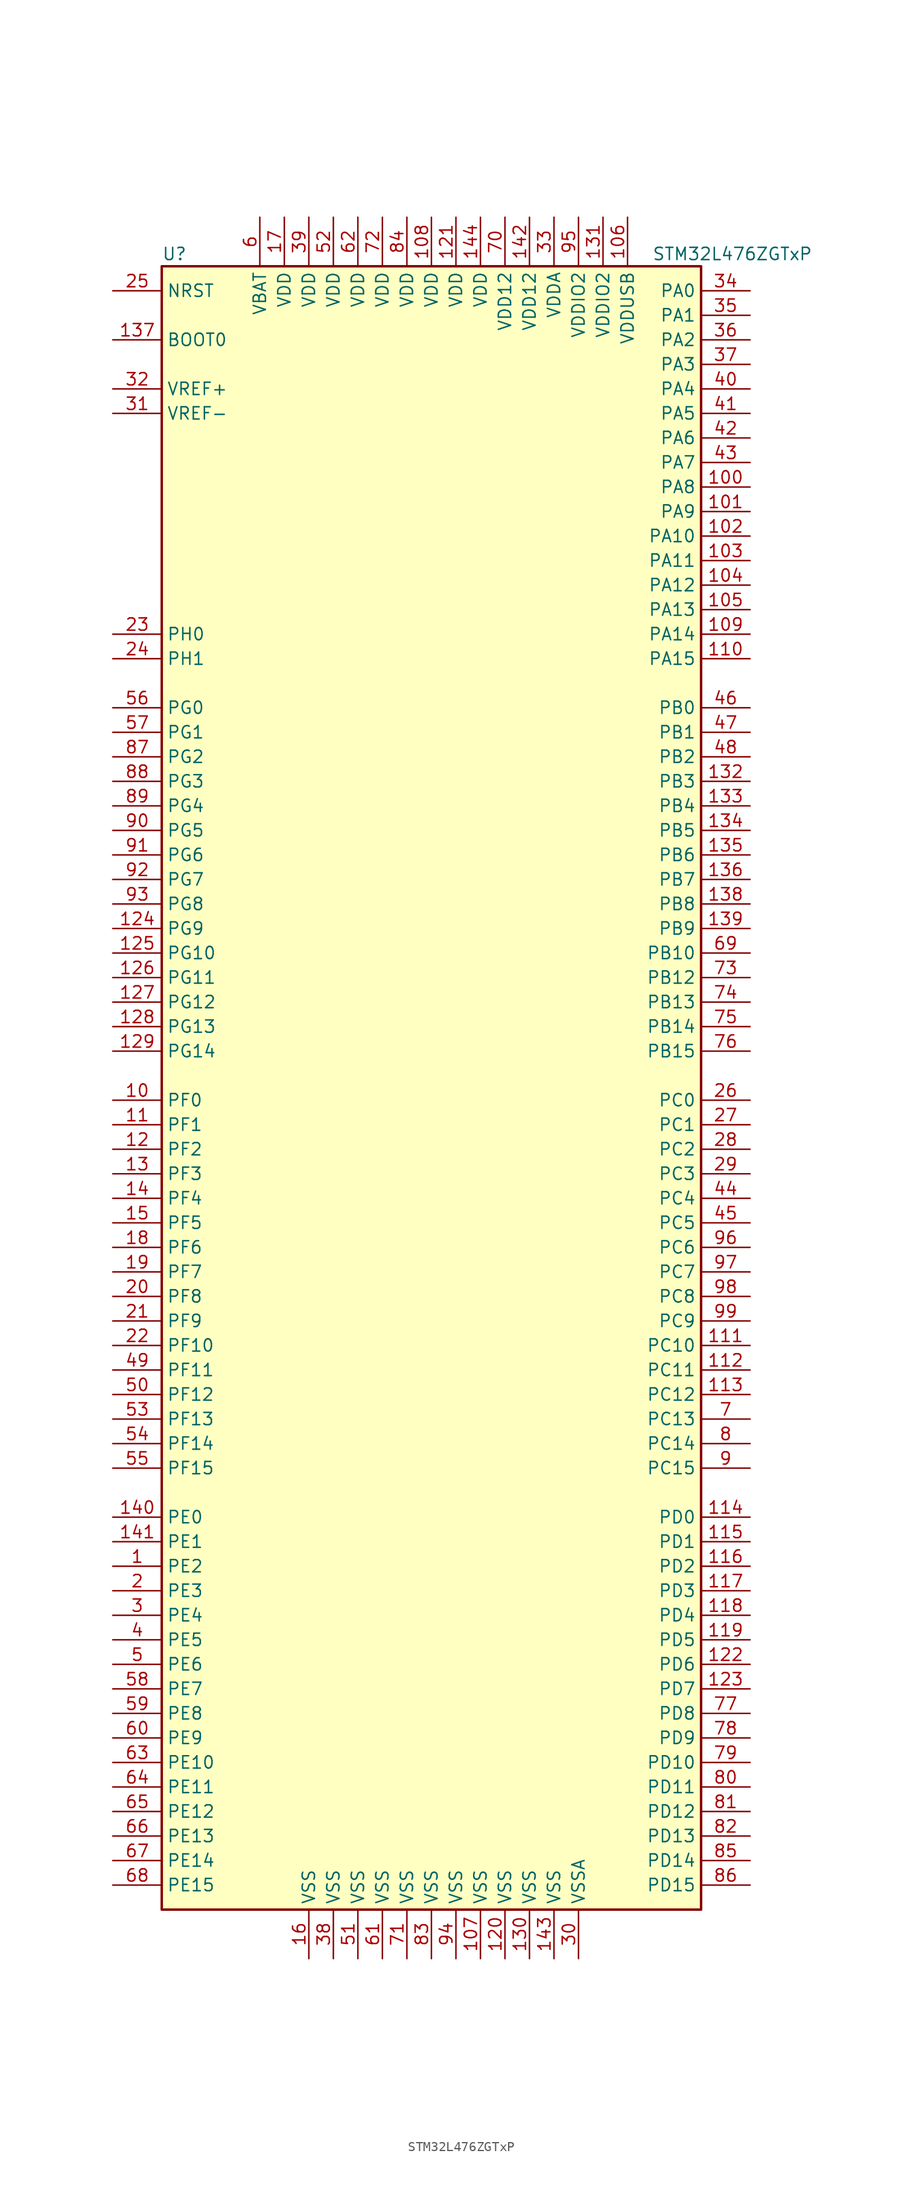
<source format=kicad_sym>
(kicad_symbol_lib
  (version 20201005)
  (generator kicad_symbol_editor)
  (symbol "MCU_ST_STM32L4:STM32L476ZGTxP"
    (property "Reference" "U"
      (at -27.94 85.09 0)
      (effects (font (size 1.27 1.27)) (justify left)))
    (property "Value" "STM32L476ZGTxP"
      (at 22.86 85.09 0)
      (effects (font (size 1.27 1.27)) (justify left)))
    (symbol "STM32L476ZGTxP_0_1"
      (rectangle (start -27.94 -86.36) (end 27.94 83.82) (stroke (width 0.254)) (fill (type background))))
    (symbol "STM32L476ZGTxP_1_1"
      (pin bidirectional line (at -33.02 -50.8 0) (length 5.08) (name "PE2" (effects (font (size 1.27 1.27)))) (number "1" (effects (font (size 1.27 1.27)))))
      (pin bidirectional line (at -33.02 -2.54 0) (length 5.08) (name "PF0" (effects (font (size 1.27 1.27)))) (number "10" (effects (font (size 1.27 1.27)))))
      (pin bidirectional line (at 33.02 60.96 180) (length 5.08) (name "PA8" (effects (font (size 1.27 1.27)))) (number "100" (effects (font (size 1.27 1.27)))))
      (pin bidirectional line (at 33.02 58.42 180) (length 5.08) (name "PA9" (effects (font (size 1.27 1.27)))) (number "101" (effects (font (size 1.27 1.27)))))
      (pin bidirectional line (at 33.02 55.88 180) (length 5.08) (name "PA10" (effects (font (size 1.27 1.27)))) (number "102" (effects (font (size 1.27 1.27)))))
      (pin bidirectional line (at 33.02 53.34 180) (length 5.08) (name "PA11" (effects (font (size 1.27 1.27)))) (number "103" (effects (font (size 1.27 1.27)))))
      (pin bidirectional line (at 33.02 50.8 180) (length 5.08) (name "PA12" (effects (font (size 1.27 1.27)))) (number "104" (effects (font (size 1.27 1.27)))))
      (pin bidirectional line (at 33.02 48.26 180) (length 5.08) (name "PA13" (effects (font (size 1.27 1.27)))) (number "105" (effects (font (size 1.27 1.27)))))
      (pin power_in line (at 20.32 88.9 270) (length 5.08) (name "VDDUSB" (effects (font (size 1.27 1.27)))) (number "106" (effects (font (size 1.27 1.27)))))
      (pin power_in line (at 5.08 -91.44 90) (length 5.08) (name "VSS" (effects (font (size 1.27 1.27)))) (number "107" (effects (font (size 1.27 1.27)))))
      (pin power_in line (at 0 88.9 270) (length 5.08) (name "VDD" (effects (font (size 1.27 1.27)))) (number "108" (effects (font (size 1.27 1.27)))))
      (pin bidirectional line (at 33.02 45.72 180) (length 5.08) (name "PA14" (effects (font (size 1.27 1.27)))) (number "109" (effects (font (size 1.27 1.27)))))
      (pin bidirectional line (at -33.02 -5.08 0) (length 5.08) (name "PF1" (effects (font (size 1.27 1.27)))) (number "11" (effects (font (size 1.27 1.27)))))
      (pin bidirectional line (at 33.02 43.18 180) (length 5.08) (name "PA15" (effects (font (size 1.27 1.27)))) (number "110" (effects (font (size 1.27 1.27)))))
      (pin bidirectional line (at 33.02 -27.94 180) (length 5.08) (name "PC10" (effects (font (size 1.27 1.27)))) (number "111" (effects (font (size 1.27 1.27)))))
      (pin bidirectional line (at 33.02 -30.48 180) (length 5.08) (name "PC11" (effects (font (size 1.27 1.27)))) (number "112" (effects (font (size 1.27 1.27)))))
      (pin bidirectional line (at 33.02 -33.02 180) (length 5.08) (name "PC12" (effects (font (size 1.27 1.27)))) (number "113" (effects (font (size 1.27 1.27)))))
      (pin bidirectional line (at 33.02 -45.72 180) (length 5.08) (name "PD0" (effects (font (size 1.27 1.27)))) (number "114" (effects (font (size 1.27 1.27)))))
      (pin bidirectional line (at 33.02 -48.26 180) (length 5.08) (name "PD1" (effects (font (size 1.27 1.27)))) (number "115" (effects (font (size 1.27 1.27)))))
      (pin bidirectional line (at 33.02 -50.8 180) (length 5.08) (name "PD2" (effects (font (size 1.27 1.27)))) (number "116" (effects (font (size 1.27 1.27)))))
      (pin bidirectional line (at 33.02 -53.34 180) (length 5.08) (name "PD3" (effects (font (size 1.27 1.27)))) (number "117" (effects (font (size 1.27 1.27)))))
      (pin bidirectional line (at 33.02 -55.88 180) (length 5.08) (name "PD4" (effects (font (size 1.27 1.27)))) (number "118" (effects (font (size 1.27 1.27)))))
      (pin bidirectional line (at 33.02 -58.42 180) (length 5.08) (name "PD5" (effects (font (size 1.27 1.27)))) (number "119" (effects (font (size 1.27 1.27)))))
      (pin bidirectional line (at -33.02 -7.62 0) (length 5.08) (name "PF2" (effects (font (size 1.27 1.27)))) (number "12" (effects (font (size 1.27 1.27)))))
      (pin power_in line (at 7.62 -91.44 90) (length 5.08) (name "VSS" (effects (font (size 1.27 1.27)))) (number "120" (effects (font (size 1.27 1.27)))))
      (pin power_in line (at 2.54 88.9 270) (length 5.08) (name "VDD" (effects (font (size 1.27 1.27)))) (number "121" (effects (font (size 1.27 1.27)))))
      (pin bidirectional line (at 33.02 -60.96 180) (length 5.08) (name "PD6" (effects (font (size 1.27 1.27)))) (number "122" (effects (font (size 1.27 1.27)))))
      (pin bidirectional line (at 33.02 -63.5 180) (length 5.08) (name "PD7" (effects (font (size 1.27 1.27)))) (number "123" (effects (font (size 1.27 1.27)))))
      (pin bidirectional line (at -33.02 15.24 0) (length 5.08) (name "PG9" (effects (font (size 1.27 1.27)))) (number "124" (effects (font (size 1.27 1.27)))))
      (pin bidirectional line (at -33.02 12.7 0) (length 5.08) (name "PG10" (effects (font (size 1.27 1.27)))) (number "125" (effects (font (size 1.27 1.27)))))
      (pin bidirectional line (at -33.02 10.16 0) (length 5.08) (name "PG11" (effects (font (size 1.27 1.27)))) (number "126" (effects (font (size 1.27 1.27)))))
      (pin bidirectional line (at -33.02 7.62 0) (length 5.08) (name "PG12" (effects (font (size 1.27 1.27)))) (number "127" (effects (font (size 1.27 1.27)))))
      (pin bidirectional line (at -33.02 5.08 0) (length 5.08) (name "PG13" (effects (font (size 1.27 1.27)))) (number "128" (effects (font (size 1.27 1.27)))))
      (pin bidirectional line (at -33.02 2.54 0) (length 5.08) (name "PG14" (effects (font (size 1.27 1.27)))) (number "129" (effects (font (size 1.27 1.27)))))
      (pin bidirectional line (at -33.02 -10.16 0) (length 5.08) (name "PF3" (effects (font (size 1.27 1.27)))) (number "13" (effects (font (size 1.27 1.27)))))
      (pin power_in line (at 10.16 -91.44 90) (length 5.08) (name "VSS" (effects (font (size 1.27 1.27)))) (number "130" (effects (font (size 1.27 1.27)))))
      (pin power_in line (at 17.78 88.9 270) (length 5.08) (name "VDDIO2" (effects (font (size 1.27 1.27)))) (number "131" (effects (font (size 1.27 1.27)))))
      (pin bidirectional line (at 33.02 30.48 180) (length 5.08) (name "PB3" (effects (font (size 1.27 1.27)))) (number "132" (effects (font (size 1.27 1.27)))))
      (pin bidirectional line (at 33.02 27.94 180) (length 5.08) (name "PB4" (effects (font (size 1.27 1.27)))) (number "133" (effects (font (size 1.27 1.27)))))
      (pin bidirectional line (at 33.02 25.4 180) (length 5.08) (name "PB5" (effects (font (size 1.27 1.27)))) (number "134" (effects (font (size 1.27 1.27)))))
      (pin bidirectional line (at 33.02 22.86 180) (length 5.08) (name "PB6" (effects (font (size 1.27 1.27)))) (number "135" (effects (font (size 1.27 1.27)))))
      (pin bidirectional line (at 33.02 20.32 180) (length 5.08) (name "PB7" (effects (font (size 1.27 1.27)))) (number "136" (effects (font (size 1.27 1.27)))))
      (pin input line (at -33.02 76.2 0) (length 5.08) (name "BOOT0" (effects (font (size 1.27 1.27)))) (number "137" (effects (font (size 1.27 1.27)))))
      (pin bidirectional line (at 33.02 17.78 180) (length 5.08) (name "PB8" (effects (font (size 1.27 1.27)))) (number "138" (effects (font (size 1.27 1.27)))))
      (pin bidirectional line (at 33.02 15.24 180) (length 5.08) (name "PB9" (effects (font (size 1.27 1.27)))) (number "139" (effects (font (size 1.27 1.27)))))
      (pin bidirectional line (at -33.02 -12.7 0) (length 5.08) (name "PF4" (effects (font (size 1.27 1.27)))) (number "14" (effects (font (size 1.27 1.27)))))
      (pin bidirectional line (at -33.02 -45.72 0) (length 5.08) (name "PE0" (effects (font (size 1.27 1.27)))) (number "140" (effects (font (size 1.27 1.27)))))
      (pin bidirectional line (at -33.02 -48.26 0) (length 5.08) (name "PE1" (effects (font (size 1.27 1.27)))) (number "141" (effects (font (size 1.27 1.27)))))
      (pin power_in line (at 10.16 88.9 270) (length 5.08) (name "VDD12" (effects (font (size 1.27 1.27)))) (number "142" (effects (font (size 1.27 1.27)))))
      (pin power_in line (at 12.7 -91.44 90) (length 5.08) (name "VSS" (effects (font (size 1.27 1.27)))) (number "143" (effects (font (size 1.27 1.27)))))
      (pin power_in line (at 5.08 88.9 270) (length 5.08) (name "VDD" (effects (font (size 1.27 1.27)))) (number "144" (effects (font (size 1.27 1.27)))))
      (pin bidirectional line (at -33.02 -15.24 0) (length 5.08) (name "PF5" (effects (font (size 1.27 1.27)))) (number "15" (effects (font (size 1.27 1.27)))))
      (pin power_in line (at -12.7 -91.44 90) (length 5.08) (name "VSS" (effects (font (size 1.27 1.27)))) (number "16" (effects (font (size 1.27 1.27)))))
      (pin power_in line (at -15.24 88.9 270) (length 5.08) (name "VDD" (effects (font (size 1.27 1.27)))) (number "17" (effects (font (size 1.27 1.27)))))
      (pin bidirectional line (at -33.02 -17.78 0) (length 5.08) (name "PF6" (effects (font (size 1.27 1.27)))) (number "18" (effects (font (size 1.27 1.27)))))
      (pin bidirectional line (at -33.02 -20.32 0) (length 5.08) (name "PF7" (effects (font (size 1.27 1.27)))) (number "19" (effects (font (size 1.27 1.27)))))
      (pin bidirectional line (at -33.02 -53.34 0) (length 5.08) (name "PE3" (effects (font (size 1.27 1.27)))) (number "2" (effects (font (size 1.27 1.27)))))
      (pin bidirectional line (at -33.02 -22.86 0) (length 5.08) (name "PF8" (effects (font (size 1.27 1.27)))) (number "20" (effects (font (size 1.27 1.27)))))
      (pin bidirectional line (at -33.02 -25.4 0) (length 5.08) (name "PF9" (effects (font (size 1.27 1.27)))) (number "21" (effects (font (size 1.27 1.27)))))
      (pin bidirectional line (at -33.02 -27.94 0) (length 5.08) (name "PF10" (effects (font (size 1.27 1.27)))) (number "22" (effects (font (size 1.27 1.27)))))
      (pin input line (at -33.02 45.72 0) (length 5.08) (name "PH0" (effects (font (size 1.27 1.27)))) (number "23" (effects (font (size 1.27 1.27)))))
      (pin input line (at -33.02 43.18 0) (length 5.08) (name "PH1" (effects (font (size 1.27 1.27)))) (number "24" (effects (font (size 1.27 1.27)))))
      (pin input line (at -33.02 81.28 0) (length 5.08) (name "NRST" (effects (font (size 1.27 1.27)))) (number "25" (effects (font (size 1.27 1.27)))))
      (pin bidirectional line (at 33.02 -2.54 180) (length 5.08) (name "PC0" (effects (font (size 1.27 1.27)))) (number "26" (effects (font (size 1.27 1.27)))))
      (pin bidirectional line (at 33.02 -5.08 180) (length 5.08) (name "PC1" (effects (font (size 1.27 1.27)))) (number "27" (effects (font (size 1.27 1.27)))))
      (pin bidirectional line (at 33.02 -7.62 180) (length 5.08) (name "PC2" (effects (font (size 1.27 1.27)))) (number "28" (effects (font (size 1.27 1.27)))))
      (pin bidirectional line (at 33.02 -10.16 180) (length 5.08) (name "PC3" (effects (font (size 1.27 1.27)))) (number "29" (effects (font (size 1.27 1.27)))))
      (pin bidirectional line (at -33.02 -55.88 0) (length 5.08) (name "PE4" (effects (font (size 1.27 1.27)))) (number "3" (effects (font (size 1.27 1.27)))))
      (pin power_in line (at 15.24 -91.44 90) (length 5.08) (name "VSSA" (effects (font (size 1.27 1.27)))) (number "30" (effects (font (size 1.27 1.27)))))
      (pin power_in line (at -33.02 68.58 0) (length 5.08) (name "VREF-" (effects (font (size 1.27 1.27)))) (number "31" (effects (font (size 1.27 1.27)))))
      (pin bidirectional line (at -33.02 71.12 0) (length 5.08) (name "VREF+" (effects (font (size 1.27 1.27)))) (number "32" (effects (font (size 1.27 1.27)))))
      (pin power_in line (at 12.7 88.9 270) (length 5.08) (name "VDDA" (effects (font (size 1.27 1.27)))) (number "33" (effects (font (size 1.27 1.27)))))
      (pin bidirectional line (at 33.02 81.28 180) (length 5.08) (name "PA0" (effects (font (size 1.27 1.27)))) (number "34" (effects (font (size 1.27 1.27)))))
      (pin bidirectional line (at 33.02 78.74 180) (length 5.08) (name "PA1" (effects (font (size 1.27 1.27)))) (number "35" (effects (font (size 1.27 1.27)))))
      (pin bidirectional line (at 33.02 76.2 180) (length 5.08) (name "PA2" (effects (font (size 1.27 1.27)))) (number "36" (effects (font (size 1.27 1.27)))))
      (pin bidirectional line (at 33.02 73.66 180) (length 5.08) (name "PA3" (effects (font (size 1.27 1.27)))) (number "37" (effects (font (size 1.27 1.27)))))
      (pin power_in line (at -10.16 -91.44 90) (length 5.08) (name "VSS" (effects (font (size 1.27 1.27)))) (number "38" (effects (font (size 1.27 1.27)))))
      (pin power_in line (at -12.7 88.9 270) (length 5.08) (name "VDD" (effects (font (size 1.27 1.27)))) (number "39" (effects (font (size 1.27 1.27)))))
      (pin bidirectional line (at -33.02 -58.42 0) (length 5.08) (name "PE5" (effects (font (size 1.27 1.27)))) (number "4" (effects (font (size 1.27 1.27)))))
      (pin bidirectional line (at 33.02 71.12 180) (length 5.08) (name "PA4" (effects (font (size 1.27 1.27)))) (number "40" (effects (font (size 1.27 1.27)))))
      (pin bidirectional line (at 33.02 68.58 180) (length 5.08) (name "PA5" (effects (font (size 1.27 1.27)))) (number "41" (effects (font (size 1.27 1.27)))))
      (pin bidirectional line (at 33.02 66.04 180) (length 5.08) (name "PA6" (effects (font (size 1.27 1.27)))) (number "42" (effects (font (size 1.27 1.27)))))
      (pin bidirectional line (at 33.02 63.5 180) (length 5.08) (name "PA7" (effects (font (size 1.27 1.27)))) (number "43" (effects (font (size 1.27 1.27)))))
      (pin bidirectional line (at 33.02 -12.7 180) (length 5.08) (name "PC4" (effects (font (size 1.27 1.27)))) (number "44" (effects (font (size 1.27 1.27)))))
      (pin bidirectional line (at 33.02 -15.24 180) (length 5.08) (name "PC5" (effects (font (size 1.27 1.27)))) (number "45" (effects (font (size 1.27 1.27)))))
      (pin bidirectional line (at 33.02 38.1 180) (length 5.08) (name "PB0" (effects (font (size 1.27 1.27)))) (number "46" (effects (font (size 1.27 1.27)))))
      (pin bidirectional line (at 33.02 35.56 180) (length 5.08) (name "PB1" (effects (font (size 1.27 1.27)))) (number "47" (effects (font (size 1.27 1.27)))))
      (pin bidirectional line (at 33.02 33.02 180) (length 5.08) (name "PB2" (effects (font (size 1.27 1.27)))) (number "48" (effects (font (size 1.27 1.27)))))
      (pin bidirectional line (at -33.02 -30.48 0) (length 5.08) (name "PF11" (effects (font (size 1.27 1.27)))) (number "49" (effects (font (size 1.27 1.27)))))
      (pin bidirectional line (at -33.02 -60.96 0) (length 5.08) (name "PE6" (effects (font (size 1.27 1.27)))) (number "5" (effects (font (size 1.27 1.27)))))
      (pin bidirectional line (at -33.02 -33.02 0) (length 5.08) (name "PF12" (effects (font (size 1.27 1.27)))) (number "50" (effects (font (size 1.27 1.27)))))
      (pin power_in line (at -7.62 -91.44 90) (length 5.08) (name "VSS" (effects (font (size 1.27 1.27)))) (number "51" (effects (font (size 1.27 1.27)))))
      (pin power_in line (at -10.16 88.9 270) (length 5.08) (name "VDD" (effects (font (size 1.27 1.27)))) (number "52" (effects (font (size 1.27 1.27)))))
      (pin bidirectional line (at -33.02 -35.56 0) (length 5.08) (name "PF13" (effects (font (size 1.27 1.27)))) (number "53" (effects (font (size 1.27 1.27)))))
      (pin bidirectional line (at -33.02 -38.1 0) (length 5.08) (name "PF14" (effects (font (size 1.27 1.27)))) (number "54" (effects (font (size 1.27 1.27)))))
      (pin bidirectional line (at -33.02 -40.64 0) (length 5.08) (name "PF15" (effects (font (size 1.27 1.27)))) (number "55" (effects (font (size 1.27 1.27)))))
      (pin bidirectional line (at -33.02 38.1 0) (length 5.08) (name "PG0" (effects (font (size 1.27 1.27)))) (number "56" (effects (font (size 1.27 1.27)))))
      (pin bidirectional line (at -33.02 35.56 0) (length 5.08) (name "PG1" (effects (font (size 1.27 1.27)))) (number "57" (effects (font (size 1.27 1.27)))))
      (pin bidirectional line (at -33.02 -63.5 0) (length 5.08) (name "PE7" (effects (font (size 1.27 1.27)))) (number "58" (effects (font (size 1.27 1.27)))))
      (pin bidirectional line (at -33.02 -66.04 0) (length 5.08) (name "PE8" (effects (font (size 1.27 1.27)))) (number "59" (effects (font (size 1.27 1.27)))))
      (pin power_in line (at -17.78 88.9 270) (length 5.08) (name "VBAT" (effects (font (size 1.27 1.27)))) (number "6" (effects (font (size 1.27 1.27)))))
      (pin bidirectional line (at -33.02 -68.58 0) (length 5.08) (name "PE9" (effects (font (size 1.27 1.27)))) (number "60" (effects (font (size 1.27 1.27)))))
      (pin power_in line (at -5.08 -91.44 90) (length 5.08) (name "VSS" (effects (font (size 1.27 1.27)))) (number "61" (effects (font (size 1.27 1.27)))))
      (pin power_in line (at -7.62 88.9 270) (length 5.08) (name "VDD" (effects (font (size 1.27 1.27)))) (number "62" (effects (font (size 1.27 1.27)))))
      (pin bidirectional line (at -33.02 -71.12 0) (length 5.08) (name "PE10" (effects (font (size 1.27 1.27)))) (number "63" (effects (font (size 1.27 1.27)))))
      (pin bidirectional line (at -33.02 -73.66 0) (length 5.08) (name "PE11" (effects (font (size 1.27 1.27)))) (number "64" (effects (font (size 1.27 1.27)))))
      (pin bidirectional line (at -33.02 -76.2 0) (length 5.08) (name "PE12" (effects (font (size 1.27 1.27)))) (number "65" (effects (font (size 1.27 1.27)))))
      (pin bidirectional line (at -33.02 -78.74 0) (length 5.08) (name "PE13" (effects (font (size 1.27 1.27)))) (number "66" (effects (font (size 1.27 1.27)))))
      (pin bidirectional line (at -33.02 -81.28 0) (length 5.08) (name "PE14" (effects (font (size 1.27 1.27)))) (number "67" (effects (font (size 1.27 1.27)))))
      (pin bidirectional line (at -33.02 -83.82 0) (length 5.08) (name "PE15" (effects (font (size 1.27 1.27)))) (number "68" (effects (font (size 1.27 1.27)))))
      (pin bidirectional line (at 33.02 12.7 180) (length 5.08) (name "PB10" (effects (font (size 1.27 1.27)))) (number "69" (effects (font (size 1.27 1.27)))))
      (pin bidirectional line (at 33.02 -35.56 180) (length 5.08) (name "PC13" (effects (font (size 1.27 1.27)))) (number "7" (effects (font (size 1.27 1.27)))))
      (pin power_in line (at 7.62 88.9 270) (length 5.08) (name "VDD12" (effects (font (size 1.27 1.27)))) (number "70" (effects (font (size 1.27 1.27)))))
      (pin power_in line (at -2.54 -91.44 90) (length 5.08) (name "VSS" (effects (font (size 1.27 1.27)))) (number "71" (effects (font (size 1.27 1.27)))))
      (pin power_in line (at -5.08 88.9 270) (length 5.08) (name "VDD" (effects (font (size 1.27 1.27)))) (number "72" (effects (font (size 1.27 1.27)))))
      (pin bidirectional line (at 33.02 10.16 180) (length 5.08) (name "PB12" (effects (font (size 1.27 1.27)))) (number "73" (effects (font (size 1.27 1.27)))))
      (pin bidirectional line (at 33.02 7.62 180) (length 5.08) (name "PB13" (effects (font (size 1.27 1.27)))) (number "74" (effects (font (size 1.27 1.27)))))
      (pin bidirectional line (at 33.02 5.08 180) (length 5.08) (name "PB14" (effects (font (size 1.27 1.27)))) (number "75" (effects (font (size 1.27 1.27)))))
      (pin bidirectional line (at 33.02 2.54 180) (length 5.08) (name "PB15" (effects (font (size 1.27 1.27)))) (number "76" (effects (font (size 1.27 1.27)))))
      (pin bidirectional line (at 33.02 -66.04 180) (length 5.08) (name "PD8" (effects (font (size 1.27 1.27)))) (number "77" (effects (font (size 1.27 1.27)))))
      (pin bidirectional line (at 33.02 -68.58 180) (length 5.08) (name "PD9" (effects (font (size 1.27 1.27)))) (number "78" (effects (font (size 1.27 1.27)))))
      (pin bidirectional line (at 33.02 -71.12 180) (length 5.08) (name "PD10" (effects (font (size 1.27 1.27)))) (number "79" (effects (font (size 1.27 1.27)))))
      (pin bidirectional line (at 33.02 -38.1 180) (length 5.08) (name "PC14" (effects (font (size 1.27 1.27)))) (number "8" (effects (font (size 1.27 1.27)))))
      (pin bidirectional line (at 33.02 -73.66 180) (length 5.08) (name "PD11" (effects (font (size 1.27 1.27)))) (number "80" (effects (font (size 1.27 1.27)))))
      (pin bidirectional line (at 33.02 -76.2 180) (length 5.08) (name "PD12" (effects (font (size 1.27 1.27)))) (number "81" (effects (font (size 1.27 1.27)))))
      (pin bidirectional line (at 33.02 -78.74 180) (length 5.08) (name "PD13" (effects (font (size 1.27 1.27)))) (number "82" (effects (font (size 1.27 1.27)))))
      (pin power_in line (at 0 -91.44 90) (length 5.08) (name "VSS" (effects (font (size 1.27 1.27)))) (number "83" (effects (font (size 1.27 1.27)))))
      (pin power_in line (at -2.54 88.9 270) (length 5.08) (name "VDD" (effects (font (size 1.27 1.27)))) (number "84" (effects (font (size 1.27 1.27)))))
      (pin bidirectional line (at 33.02 -81.28 180) (length 5.08) (name "PD14" (effects (font (size 1.27 1.27)))) (number "85" (effects (font (size 1.27 1.27)))))
      (pin bidirectional line (at 33.02 -83.82 180) (length 5.08) (name "PD15" (effects (font (size 1.27 1.27)))) (number "86" (effects (font (size 1.27 1.27)))))
      (pin bidirectional line (at -33.02 33.02 0) (length 5.08) (name "PG2" (effects (font (size 1.27 1.27)))) (number "87" (effects (font (size 1.27 1.27)))))
      (pin bidirectional line (at -33.02 30.48 0) (length 5.08) (name "PG3" (effects (font (size 1.27 1.27)))) (number "88" (effects (font (size 1.27 1.27)))))
      (pin bidirectional line (at -33.02 27.94 0) (length 5.08) (name "PG4" (effects (font (size 1.27 1.27)))) (number "89" (effects (font (size 1.27 1.27)))))
      (pin bidirectional line (at 33.02 -40.64 180) (length 5.08) (name "PC15" (effects (font (size 1.27 1.27)))) (number "9" (effects (font (size 1.27 1.27)))))
      (pin bidirectional line (at -33.02 25.4 0) (length 5.08) (name "PG5" (effects (font (size 1.27 1.27)))) (number "90" (effects (font (size 1.27 1.27)))))
      (pin bidirectional line (at -33.02 22.86 0) (length 5.08) (name "PG6" (effects (font (size 1.27 1.27)))) (number "91" (effects (font (size 1.27 1.27)))))
      (pin bidirectional line (at -33.02 20.32 0) (length 5.08) (name "PG7" (effects (font (size 1.27 1.27)))) (number "92" (effects (font (size 1.27 1.27)))))
      (pin bidirectional line (at -33.02 17.78 0) (length 5.08) (name "PG8" (effects (font (size 1.27 1.27)))) (number "93" (effects (font (size 1.27 1.27)))))
      (pin power_in line (at 2.54 -91.44 90) (length 5.08) (name "VSS" (effects (font (size 1.27 1.27)))) (number "94" (effects (font (size 1.27 1.27)))))
      (pin power_in line (at 15.24 88.9 270) (length 5.08) (name "VDDIO2" (effects (font (size 1.27 1.27)))) (number "95" (effects (font (size 1.27 1.27)))))
      (pin bidirectional line (at 33.02 -17.78 180) (length 5.08) (name "PC6" (effects (font (size 1.27 1.27)))) (number "96" (effects (font (size 1.27 1.27)))))
      (pin bidirectional line (at 33.02 -20.32 180) (length 5.08) (name "PC7" (effects (font (size 1.27 1.27)))) (number "97" (effects (font (size 1.27 1.27)))))
      (pin bidirectional line (at 33.02 -22.86 180) (length 5.08) (name "PC8" (effects (font (size 1.27 1.27)))) (number "98" (effects (font (size 1.27 1.27)))))
      (pin bidirectional line (at 33.02 -25.4 180) (length 5.08) (name "PC9" (effects (font (size 1.27 1.27)))) (number "99" (effects (font (size 1.27 1.27))))))))
</source>
